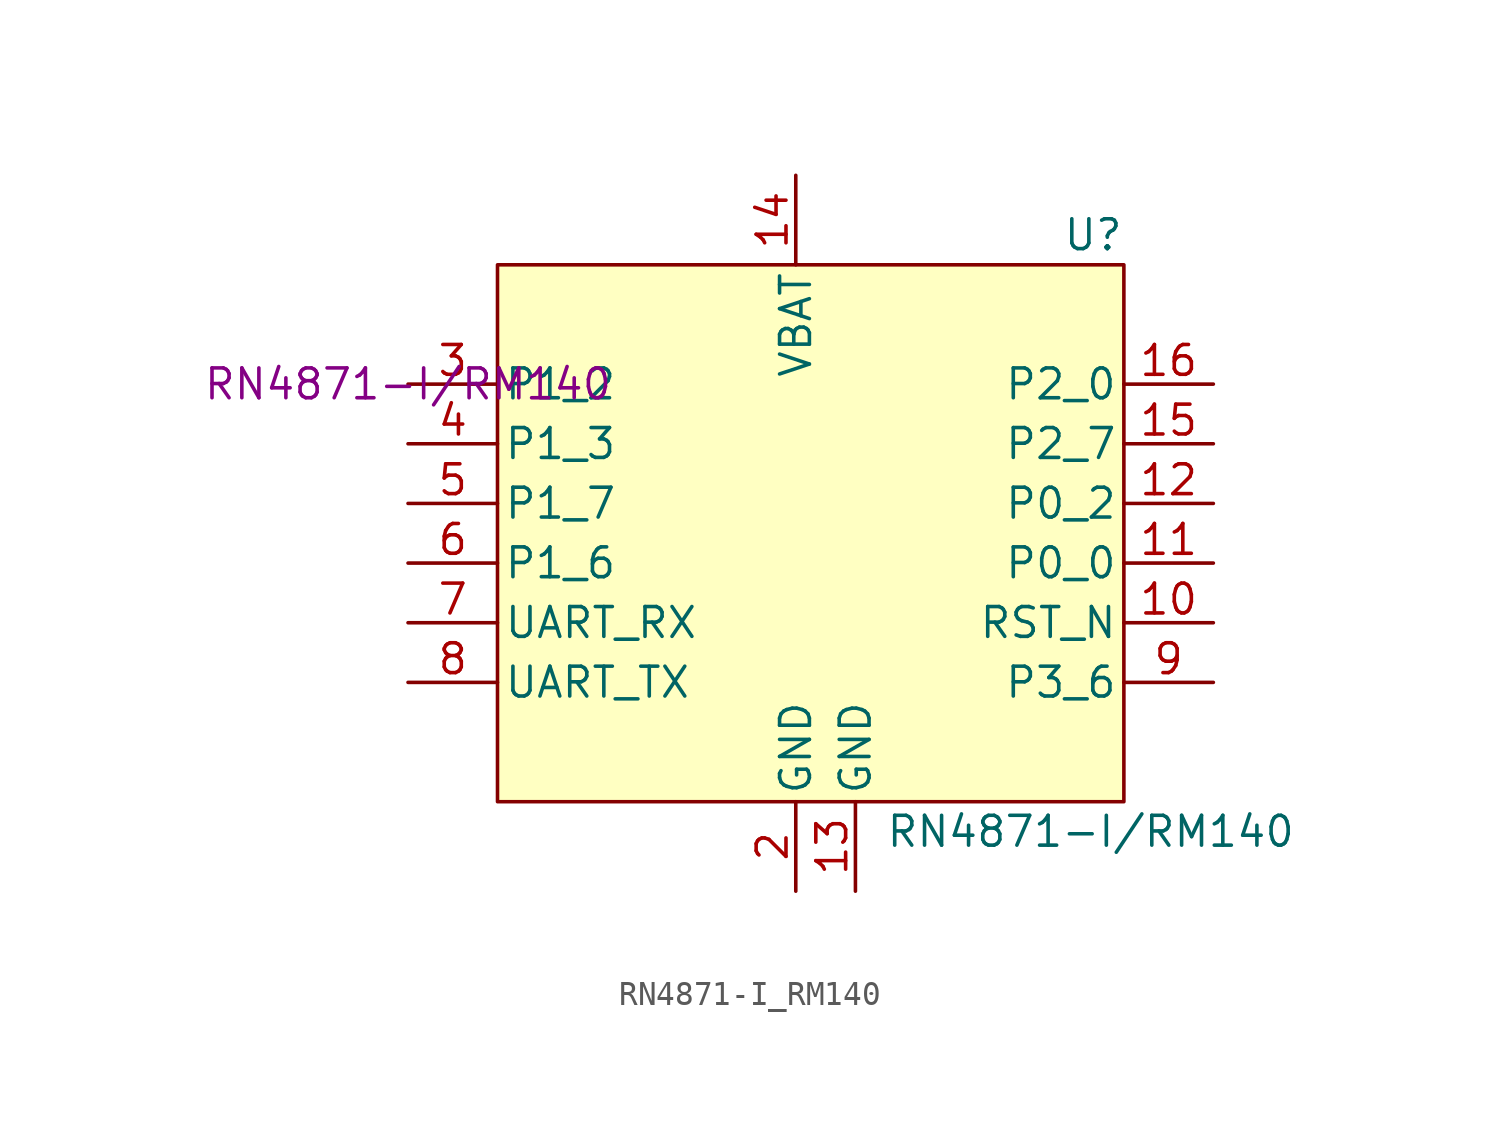
<source format=kicad_sym>
(kicad_symbol_lib
  (version 20220914)
  (generator kicad_symbol_editor)
  (symbol "RN4871-I_RM140"
    (pin_names
      (offset 0.254))
    (property "Reference" "U"
      (at 30.48 6.35 0)
      (effects (font (size 1.27 1.27)) (justify right)))
    (property "Value" "RN4871-I/RM140"
      (at 20.32 -19.05 0)
      (effects (font (size 1.27 1.27)) (justify left)))
    (property "MPN" "RN4871-I/RM140"
      (at 0 0 0)
      (effects (font (size 1.27 1.27))))
    (symbol "RN4871-I_RM140_1_1"
      (rectangle (start 3.81 5.08) (end 30.48 -17.78) (stroke (width 0) (type default)) (fill (type background)))
      (pin no_connect line (at 0 2.54 0) (length 3.81) hide (name "NC" (effects (font (size 1.27 1.27)))) (number "1" (effects (font (size 1.27 1.27)))))
      (pin input line (at 34.29 -10.16 180) (length 3.81) (name "RST_N" (effects (font (size 1.27 1.27)))) (number "10" (effects (font (size 1.27 1.27)))))
      (pin bidirectional line (at 34.29 -7.62 180) (length 3.81) (name "P0_0" (effects (font (size 1.27 1.27)))) (number "11" (effects (font (size 1.27 1.27)))))
      (pin bidirectional line (at 34.29 -5.08 180) (length 3.81) (name "P0_2" (effects (font (size 1.27 1.27)))) (number "12" (effects (font (size 1.27 1.27)))))
      (pin power_in line (at 19.05 -21.59 90) (length 3.81) (name "GND" (effects (font (size 1.27 1.27)))) (number "13" (effects (font (size 1.27 1.27)))))
      (pin power_in line (at 16.51 8.89 270) (length 3.81) (name "VBAT" (effects (font (size 1.27 1.27)))) (number "14" (effects (font (size 1.27 1.27)))))
      (pin output line (at 34.29 -2.54 180) (length 3.81) (name "P2_7" (effects (font (size 1.27 1.27)))) (number "15" (effects (font (size 1.27 1.27)))))
      (pin input line (at 34.29 0 180) (length 3.81) (name "P2_0" (effects (font (size 1.27 1.27)))) (number "16" (effects (font (size 1.27 1.27)))))
      (pin power_in line (at 16.51 -21.59 90) (length 3.81) (name "GND" (effects (font (size 1.27 1.27)))) (number "2" (effects (font (size 1.27 1.27)))))
      (pin bidirectional line (at 0 0 0) (length 3.81) (name "P1_2" (effects (font (size 1.27 1.27)))) (number "3" (effects (font (size 1.27 1.27)))))
      (pin bidirectional line (at 0 -2.54 0) (length 3.81) (name "P1_3" (effects (font (size 1.27 1.27)))) (number "4" (effects (font (size 1.27 1.27)))))
      (pin bidirectional line (at 0 -5.08 0) (length 3.81) (name "P1_7" (effects (font (size 1.27 1.27)))) (number "5" (effects (font (size 1.27 1.27)))))
      (pin bidirectional line (at 0 -7.62 0) (length 3.81) (name "P1_6" (effects (font (size 1.27 1.27)))) (number "6" (effects (font (size 1.27 1.27)))))
      (pin input line (at 0 -10.16 0) (length 3.81) (name "UART_RX" (effects (font (size 1.27 1.27)))) (number "7" (effects (font (size 1.27 1.27)))))
      (pin output line (at 0 -12.7 0) (length 3.81) (name "UART_TX" (effects (font (size 1.27 1.27)))) (number "8" (effects (font (size 1.27 1.27)))))
      (pin bidirectional line (at 34.29 -12.7 180) (length 3.81) (name "P3_6" (effects (font (size 1.27 1.27)))) (number "9" (effects (font (size 1.27 1.27))))))))
</source>
